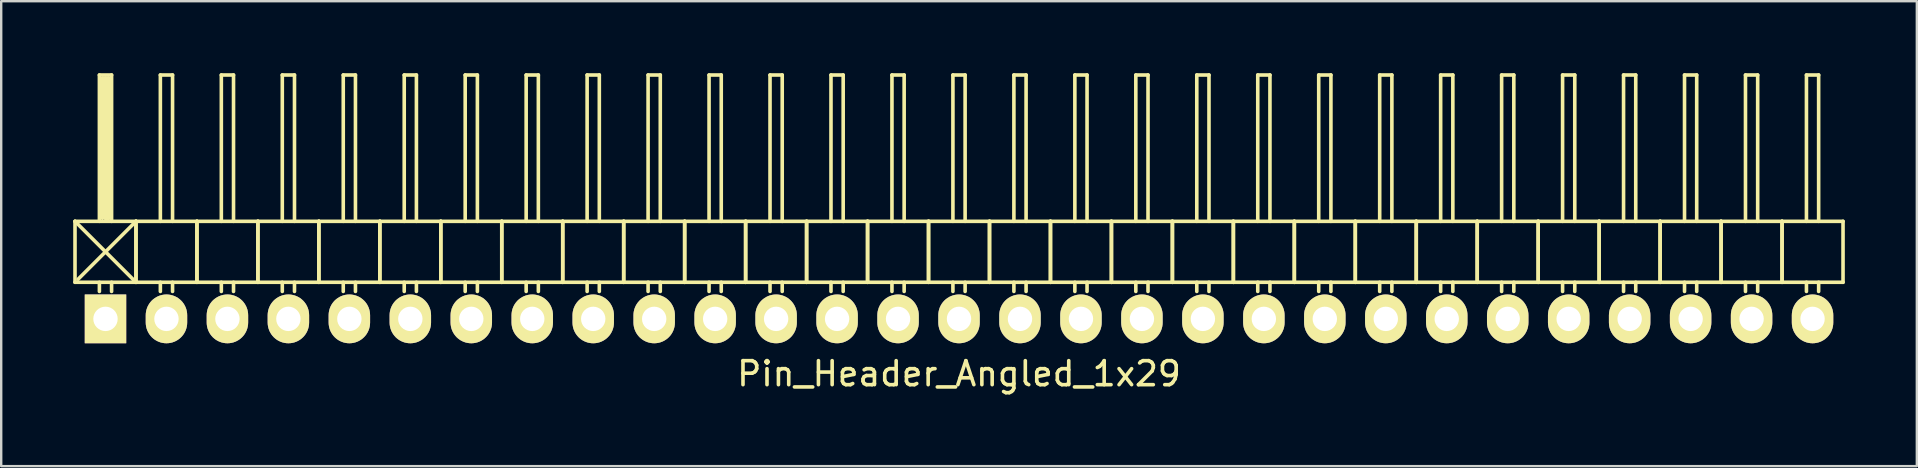
<source format=kicad_pcb>
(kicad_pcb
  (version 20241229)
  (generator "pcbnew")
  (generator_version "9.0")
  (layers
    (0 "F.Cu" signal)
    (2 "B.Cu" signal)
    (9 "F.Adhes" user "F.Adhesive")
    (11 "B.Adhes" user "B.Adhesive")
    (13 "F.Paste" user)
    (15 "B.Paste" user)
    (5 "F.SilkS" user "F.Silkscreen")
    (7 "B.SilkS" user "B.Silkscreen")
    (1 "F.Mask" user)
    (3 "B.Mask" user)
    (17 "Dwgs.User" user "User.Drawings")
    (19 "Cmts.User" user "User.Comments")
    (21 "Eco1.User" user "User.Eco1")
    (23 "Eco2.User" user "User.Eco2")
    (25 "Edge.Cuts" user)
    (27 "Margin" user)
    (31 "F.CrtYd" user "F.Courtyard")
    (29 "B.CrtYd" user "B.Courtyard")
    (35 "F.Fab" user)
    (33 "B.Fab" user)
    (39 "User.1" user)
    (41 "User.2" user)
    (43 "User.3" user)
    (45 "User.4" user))
  (footprint "Pin_Header_Angled_1x29"
    (layer "F.Cu")
    (at 36.905 10.235)
    (property "Reference" "Pin_Header_Angled_1x29" (at 0 2.286 0) (layer "F.SilkS") (effects (font (size 1 1) (thickness 0.15))))
    (attr through_hole)
    (fp_line (start -36.83 -4.064) (end -34.29 -1.524) (stroke (width 0.15) (type solid)) (layer "F.SilkS"))
    (fp_line (start -36.83 -1.524) (end -36.83 -4.064) (stroke (width 0.15) (type solid)) (layer "F.SilkS"))
    (fp_line (start -36.83 -1.524) (end -34.29 -1.524) (stroke (width 0.15) (type solid)) (layer "F.SilkS"))
    (fp_line (start -35.814 -10.16) (end -35.306 -10.16) (stroke (width 0.15) (type solid)) (layer "F.SilkS"))
    (fp_line (start -35.814 -4.064) (end -35.814 -10.16) (stroke (width 0.15) (type solid)) (layer "F.SilkS"))
    (fp_line (start -35.814 -1.524) (end -35.814 -1.143) (stroke (width 0.15) (type solid)) (layer "F.SilkS"))
    (fp_line (start -35.687 -10.033) (end -35.433 -10.033) (stroke (width 0.15) (type solid)) (layer "F.SilkS"))
    (fp_line (start -35.687 -4.191) (end -35.687 -10.033) (stroke (width 0.15) (type solid)) (layer "F.SilkS"))
    (fp_line (start -35.56 -4.191) (end -35.56 -10.033) (stroke (width 0.15) (type solid)) (layer "F.SilkS"))
    (fp_line (start -35.433 -10.033) (end -35.433 -4.191) (stroke (width 0.15) (type solid)) (layer "F.SilkS"))
    (fp_line (start -35.433 -4.191) (end -35.56 -4.191) (stroke (width 0.15) (type solid)) (layer "F.SilkS"))
    (fp_line (start -35.306 -10.16) (end -35.306 -4.064) (stroke (width 0.15) (type solid)) (layer "F.SilkS"))
    (fp_line (start -35.306 -1.524) (end -35.306 -1.143) (stroke (width 0.15) (type solid)) (layer "F.SilkS"))
    (fp_line (start -34.29 -4.064) (end -36.83 -4.064) (stroke (width 0.15) (type solid)) (layer "F.SilkS"))
    (fp_line (start -34.29 -4.064) (end -36.703 -1.651) (stroke (width 0.15) (type solid)) (layer "F.SilkS"))
    (fp_line (start -34.29 -1.524) (end -34.29 -4.064) (stroke (width 0.15) (type solid)) (layer "F.SilkS"))
    (fp_line (start -34.29 -1.524) (end -34.29 -4.064) (stroke (width 0.15) (type solid)) (layer "F.SilkS"))
    (fp_line (start -34.29 -1.524) (end -31.75 -1.524) (stroke (width 0.15) (type solid)) (layer "F.SilkS"))
    (fp_line (start -33.274 -10.16) (end -32.766 -10.16) (stroke (width 0.15) (type solid)) (layer "F.SilkS"))
    (fp_line (start -33.274 -4.064) (end -33.274 -10.16) (stroke (width 0.15) (type solid)) (layer "F.SilkS"))
    (fp_line (start -33.274 -1.524) (end -33.274 -1.143) (stroke (width 0.15) (type solid)) (layer "F.SilkS"))
    (fp_line (start -32.766 -10.16) (end -32.766 -4.064) (stroke (width 0.15) (type solid)) (layer "F.SilkS"))
    (fp_line (start -32.766 -1.524) (end -32.766 -1.143) (stroke (width 0.15) (type solid)) (layer "F.SilkS"))
    (fp_line (start -31.75 -4.064) (end -34.29 -4.064) (stroke (width 0.15) (type solid)) (layer "F.SilkS"))
    (fp_line (start -31.75 -1.524) (end -31.75 -4.064) (stroke (width 0.15) (type solid)) (layer "F.SilkS"))
    (fp_line (start -31.75 -1.524) (end -31.75 -4.064) (stroke (width 0.15) (type solid)) (layer "F.SilkS"))
    (fp_line (start -31.75 -1.524) (end -29.21 -1.524) (stroke (width 0.15) (type solid)) (layer "F.SilkS"))
    (fp_line (start -30.734 -10.16) (end -30.226 -10.16) (stroke (width 0.15) (type solid)) (layer "F.SilkS"))
    (fp_line (start -30.734 -4.064) (end -30.734 -10.16) (stroke (width 0.15) (type solid)) (layer "F.SilkS"))
    (fp_line (start -30.734 -1.524) (end -30.734 -1.143) (stroke (width 0.15) (type solid)) (layer "F.SilkS"))
    (fp_line (start -30.226 -10.16) (end -30.226 -4.064) (stroke (width 0.15) (type solid)) (layer "F.SilkS"))
    (fp_line (start -30.226 -1.524) (end -30.226 -1.143) (stroke (width 0.15) (type solid)) (layer "F.SilkS"))
    (fp_line (start -29.21 -4.064) (end -31.75 -4.064) (stroke (width 0.15) (type solid)) (layer "F.SilkS"))
    (fp_line (start -29.21 -1.524) (end -29.21 -4.064) (stroke (width 0.15) (type solid)) (layer "F.SilkS"))
    (fp_line (start -29.21 -1.524) (end -29.21 -4.064) (stroke (width 0.15) (type solid)) (layer "F.SilkS"))
    (fp_line (start -29.21 -1.524) (end -26.67 -1.524) (stroke (width 0.15) (type solid)) (layer "F.SilkS"))
    (fp_line (start -28.194 -10.16) (end -27.686 -10.16) (stroke (width 0.15) (type solid)) (layer "F.SilkS"))
    (fp_line (start -28.194 -4.064) (end -28.194 -10.16) (stroke (width 0.15) (type solid)) (layer "F.SilkS"))
    (fp_line (start -28.194 -1.524) (end -28.194 -1.143) (stroke (width 0.15) (type solid)) (layer "F.SilkS"))
    (fp_line (start -27.686 -10.16) (end -27.686 -4.064) (stroke (width 0.15) (type solid)) (layer "F.SilkS"))
    (fp_line (start -27.686 -1.524) (end -27.686 -1.143) (stroke (width 0.15) (type solid)) (layer "F.SilkS"))
    (fp_line (start -26.67 -4.064) (end -29.21 -4.064) (stroke (width 0.15) (type solid)) (layer "F.SilkS"))
    (fp_line (start -26.67 -1.524) (end -26.67 -4.064) (stroke (width 0.15) (type solid)) (layer "F.SilkS"))
    (fp_line (start -26.67 -1.524) (end -26.67 -4.064) (stroke (width 0.15) (type solid)) (layer "F.SilkS"))
    (fp_line (start -26.67 -1.524) (end -24.13 -1.524) (stroke (width 0.15) (type solid)) (layer "F.SilkS"))
    (fp_line (start -25.654 -10.16) (end -25.146 -10.16) (stroke (width 0.15) (type solid)) (layer "F.SilkS"))
    (fp_line (start -25.654 -4.064) (end -25.654 -10.16) (stroke (width 0.15) (type solid)) (layer "F.SilkS"))
    (fp_line (start -25.654 -1.524) (end -25.654 -1.143) (stroke (width 0.15) (type solid)) (layer "F.SilkS"))
    (fp_line (start -25.146 -10.16) (end -25.146 -4.064) (stroke (width 0.15) (type solid)) (layer "F.SilkS"))
    (fp_line (start -25.146 -1.524) (end -25.146 -1.143) (stroke (width 0.15) (type solid)) (layer "F.SilkS"))
    (fp_line (start -24.13 -4.064) (end -26.67 -4.064) (stroke (width 0.15) (type solid)) (layer "F.SilkS"))
    (fp_line (start -24.13 -1.524) (end -24.13 -4.064) (stroke (width 0.15) (type solid)) (layer "F.SilkS"))
    (fp_line (start -24.13 -1.524) (end -24.13 -4.064) (stroke (width 0.15) (type solid)) (layer "F.SilkS"))
    (fp_line (start -24.13 -1.524) (end -21.59 -1.524) (stroke (width 0.15) (type solid)) (layer "F.SilkS"))
    (fp_line (start -23.114 -10.16) (end -22.606 -10.16) (stroke (width 0.15) (type solid)) (layer "F.SilkS"))
    (fp_line (start -23.114 -4.064) (end -23.114 -10.16) (stroke (width 0.15) (type solid)) (layer "F.SilkS"))
    (fp_line (start -23.114 -1.524) (end -23.114 -1.143) (stroke (width 0.15) (type solid)) (layer "F.SilkS"))
    (fp_line (start -22.606 -10.16) (end -22.606 -4.064) (stroke (width 0.15) (type solid)) (layer "F.SilkS"))
    (fp_line (start -22.606 -1.524) (end -22.606 -1.143) (stroke (width 0.15) (type solid)) (layer "F.SilkS"))
    (fp_line (start -21.59 -4.064) (end -24.13 -4.064) (stroke (width 0.15) (type solid)) (layer "F.SilkS"))
    (fp_line (start -21.59 -1.524) (end -21.59 -4.064) (stroke (width 0.15) (type solid)) (layer "F.SilkS"))
    (fp_line (start -21.59 -1.524) (end -21.59 -4.064) (stroke (width 0.15) (type solid)) (layer "F.SilkS"))
    (fp_line (start -21.59 -1.524) (end -19.05 -1.524) (stroke (width 0.15) (type solid)) (layer "F.SilkS"))
    (fp_line (start -20.574 -10.16) (end -20.066 -10.16) (stroke (width 0.15) (type solid)) (layer "F.SilkS"))
    (fp_line (start -20.574 -4.064) (end -20.574 -10.16) (stroke (width 0.15) (type solid)) (layer "F.SilkS"))
    (fp_line (start -20.574 -1.524) (end -20.574 -1.143) (stroke (width 0.15) (type solid)) (layer "F.SilkS"))
    (fp_line (start -20.066 -10.16) (end -20.066 -4.064) (stroke (width 0.15) (type solid)) (layer "F.SilkS"))
    (fp_line (start -20.066 -1.524) (end -20.066 -1.143) (stroke (width 0.15) (type solid)) (layer "F.SilkS"))
    (fp_line (start -19.05 -4.064) (end -21.59 -4.064) (stroke (width 0.15) (type solid)) (layer "F.SilkS"))
    (fp_line (start -19.05 -1.524) (end -19.05 -4.064) (stroke (width 0.15) (type solid)) (layer "F.SilkS"))
    (fp_line (start -19.05 -1.524) (end -19.05 -4.064) (stroke (width 0.15) (type solid)) (layer "F.SilkS"))
    (fp_line (start -19.05 -1.524) (end -16.51 -1.524) (stroke (width 0.15) (type solid)) (layer "F.SilkS"))
    (fp_line (start -18.034 -10.16) (end -17.526 -10.16) (stroke (width 0.15) (type solid)) (layer "F.SilkS"))
    (fp_line (start -18.034 -4.064) (end -18.034 -10.16) (stroke (width 0.15) (type solid)) (layer "F.SilkS"))
    (fp_line (start -18.034 -1.524) (end -18.034 -1.143) (stroke (width 0.15) (type solid)) (layer "F.SilkS"))
    (fp_line (start -17.526 -10.16) (end -17.526 -4.064) (stroke (width 0.15) (type solid)) (layer "F.SilkS"))
    (fp_line (start -17.526 -1.524) (end -17.526 -1.143) (stroke (width 0.15) (type solid)) (layer "F.SilkS"))
    (fp_line (start -16.51 -4.064) (end -19.05 -4.064) (stroke (width 0.15) (type solid)) (layer "F.SilkS"))
    (fp_line (start -16.51 -1.524) (end -16.51 -4.064) (stroke (width 0.15) (type solid)) (layer "F.SilkS"))
    (fp_line (start -16.51 -1.524) (end -16.51 -4.064) (stroke (width 0.15) (type solid)) (layer "F.SilkS"))
    (fp_line (start -16.51 -1.524) (end -13.97 -1.524) (stroke (width 0.15) (type solid)) (layer "F.SilkS"))
    (fp_line (start -15.494 -10.16) (end -14.986 -10.16) (stroke (width 0.15) (type solid)) (layer "F.SilkS"))
    (fp_line (start -15.494 -4.064) (end -15.494 -10.16) (stroke (width 0.15) (type solid)) (layer "F.SilkS"))
    (fp_line (start -15.494 -1.524) (end -15.494 -1.143) (stroke (width 0.15) (type solid)) (layer "F.SilkS"))
    (fp_line (start -14.986 -10.16) (end -14.986 -4.064) (stroke (width 0.15) (type solid)) (layer "F.SilkS"))
    (fp_line (start -14.986 -1.524) (end -14.986 -1.143) (stroke (width 0.15) (type solid)) (layer "F.SilkS"))
    (fp_line (start -13.97 -4.064) (end -16.51 -4.064) (stroke (width 0.15) (type solid)) (layer "F.SilkS"))
    (fp_line (start -13.97 -1.524) (end -13.97 -4.064) (stroke (width 0.15) (type solid)) (layer "F.SilkS"))
    (fp_line (start -13.97 -1.524) (end -13.97 -4.064) (stroke (width 0.15) (type solid)) (layer "F.SilkS"))
    (fp_line (start -13.97 -1.524) (end -11.43 -1.524) (stroke (width 0.15) (type solid)) (layer "F.SilkS"))
    (fp_line (start -12.954 -10.16) (end -12.446 -10.16) (stroke (width 0.15) (type solid)) (layer "F.SilkS"))
    (fp_line (start -12.954 -4.064) (end -12.954 -10.16) (stroke (width 0.15) (type solid)) (layer "F.SilkS"))
    (fp_line (start -12.954 -1.524) (end -12.954 -1.143) (stroke (width 0.15) (type solid)) (layer "F.SilkS"))
    (fp_line (start -12.446 -10.16) (end -12.446 -4.064) (stroke (width 0.15) (type solid)) (layer "F.SilkS"))
    (fp_line (start -12.446 -1.524) (end -12.446 -1.143) (stroke (width 0.15) (type solid)) (layer "F.SilkS"))
    (fp_line (start -11.43 -4.064) (end -13.97 -4.064) (stroke (width 0.15) (type solid)) (layer "F.SilkS"))
    (fp_line (start -11.43 -1.524) (end -11.43 -4.064) (stroke (width 0.15) (type solid)) (layer "F.SilkS"))
    (fp_line (start -11.43 -1.524) (end -11.43 -4.064) (stroke (width 0.15) (type solid)) (layer "F.SilkS"))
    (fp_line (start -11.43 -1.524) (end -8.89 -1.524) (stroke (width 0.15) (type solid)) (layer "F.SilkS"))
    (fp_line (start -10.414 -10.16) (end -9.906 -10.16) (stroke (width 0.15) (type solid)) (layer "F.SilkS"))
    (fp_line (start -10.414 -4.064) (end -10.414 -10.16) (stroke (width 0.15) (type solid)) (layer "F.SilkS"))
    (fp_line (start -10.414 -1.524) (end -10.414 -1.143) (stroke (width 0.15) (type solid)) (layer "F.SilkS"))
    (fp_line (start -9.906 -10.16) (end -9.906 -4.064) (stroke (width 0.15) (type solid)) (layer "F.SilkS"))
    (fp_line (start -9.906 -1.524) (end -9.906 -1.143) (stroke (width 0.15) (type solid)) (layer "F.SilkS"))
    (fp_line (start -8.89 -4.064) (end -11.43 -4.064) (stroke (width 0.15) (type solid)) (layer "F.SilkS"))
    (fp_line (start -8.89 -1.524) (end -8.89 -4.064) (stroke (width 0.15) (type solid)) (layer "F.SilkS"))
    (fp_line (start -8.89 -1.524) (end -8.89 -4.064) (stroke (width 0.15) (type solid)) (layer "F.SilkS"))
    (fp_line (start -8.89 -1.524) (end -6.35 -1.524) (stroke (width 0.15) (type solid)) (layer "F.SilkS"))
    (fp_line (start -7.874 -10.16) (end -7.366 -10.16) (stroke (width 0.15) (type solid)) (layer "F.SilkS"))
    (fp_line (start -7.874 -4.064) (end -7.874 -10.16) (stroke (width 0.15) (type solid)) (layer "F.SilkS"))
    (fp_line (start -7.874 -1.524) (end -7.874 -1.143) (stroke (width 0.15) (type solid)) (layer "F.SilkS"))
    (fp_line (start -7.366 -10.16) (end -7.366 -4.064) (stroke (width 0.15) (type solid)) (layer "F.SilkS"))
    (fp_line (start -7.366 -1.524) (end -7.366 -1.143) (stroke (width 0.15) (type solid)) (layer "F.SilkS"))
    (fp_line (start -6.35 -4.064) (end -8.89 -4.064) (stroke (width 0.15) (type solid)) (layer "F.SilkS"))
    (fp_line (start -6.35 -1.524) (end -6.35 -4.064) (stroke (width 0.15) (type solid)) (layer "F.SilkS"))
    (fp_line (start -6.35 -1.524) (end -6.35 -4.064) (stroke (width 0.15) (type solid)) (layer "F.SilkS"))
    (fp_line (start -6.35 -1.524) (end -3.81 -1.524) (stroke (width 0.15) (type solid)) (layer "F.SilkS"))
    (fp_line (start -5.334 -10.16) (end -4.826 -10.16) (stroke (width 0.15) (type solid)) (layer "F.SilkS"))
    (fp_line (start -5.334 -4.064) (end -5.334 -10.16) (stroke (width 0.15) (type solid)) (layer "F.SilkS"))
    (fp_line (start -5.334 -1.524) (end -5.334 -1.143) (stroke (width 0.15) (type solid)) (layer "F.SilkS"))
    (fp_line (start -4.826 -10.16) (end -4.826 -4.064) (stroke (width 0.15) (type solid)) (layer "F.SilkS"))
    (fp_line (start -4.826 -1.524) (end -4.826 -1.143) (stroke (width 0.15) (type solid)) (layer "F.SilkS"))
    (fp_line (start -3.81 -4.064) (end -6.35 -4.064) (stroke (width 0.15) (type solid)) (layer "F.SilkS"))
    (fp_line (start -3.81 -1.524) (end -3.81 -4.064) (stroke (width 0.15) (type solid)) (layer "F.SilkS"))
    (fp_line (start -3.81 -1.524) (end -3.81 -4.064) (stroke (width 0.15) (type solid)) (layer "F.SilkS"))
    (fp_line (start -3.81 -1.524) (end -1.27 -1.524) (stroke (width 0.15) (type solid)) (layer "F.SilkS"))
    (fp_line (start -2.794 -10.16) (end -2.286 -10.16) (stroke (width 0.15) (type solid)) (layer "F.SilkS"))
    (fp_line (start -2.794 -4.064) (end -2.794 -10.16) (stroke (width 0.15) (type solid)) (layer "F.SilkS"))
    (fp_line (start -2.794 -1.524) (end -2.794 -1.143) (stroke (width 0.15) (type solid)) (layer "F.SilkS"))
    (fp_line (start -2.286 -10.16) (end -2.286 -4.064) (stroke (width 0.15) (type solid)) (layer "F.SilkS"))
    (fp_line (start -2.286 -1.524) (end -2.286 -1.143) (stroke (width 0.15) (type solid)) (layer "F.SilkS"))
    (fp_line (start -1.27 -4.064) (end -3.81 -4.064) (stroke (width 0.15) (type solid)) (layer "F.SilkS"))
    (fp_line (start -1.27 -1.524) (end -1.27 -4.064) (stroke (width 0.15) (type solid)) (layer "F.SilkS"))
    (fp_line (start -1.27 -1.524) (end -1.27 -4.064) (stroke (width 0.15) (type solid)) (layer "F.SilkS"))
    (fp_line (start -1.27 -1.524) (end 1.27 -1.524) (stroke (width 0.15) (type solid)) (layer "F.SilkS"))
    (fp_line (start -0.254 -10.16) (end 0.254 -10.16) (stroke (width 0.15) (type solid)) (layer "F.SilkS"))
    (fp_line (start -0.254 -4.064) (end -0.254 -10.16) (stroke (width 0.15) (type solid)) (layer "F.SilkS"))
    (fp_line (start -0.254 -1.524) (end -0.254 -1.143) (stroke (width 0.15) (type solid)) (layer "F.SilkS"))
    (fp_line (start 0.254 -10.16) (end 0.254 -4.064) (stroke (width 0.15) (type solid)) (layer "F.SilkS"))
    (fp_line (start 0.254 -1.524) (end 0.254 -1.143) (stroke (width 0.15) (type solid)) (layer "F.SilkS"))
    (fp_line (start 1.27 -4.064) (end -1.27 -4.064) (stroke (width 0.15) (type solid)) (layer "F.SilkS"))
    (fp_line (start 1.27 -1.524) (end 1.27 -4.064) (stroke (width 0.15) (type solid)) (layer "F.SilkS"))
    (fp_line (start 1.27 -1.524) (end 1.27 -4.064) (stroke (width 0.15) (type solid)) (layer "F.SilkS"))
    (fp_line (start 1.27 -1.524) (end 3.81 -1.524) (stroke (width 0.15) (type solid)) (layer "F.SilkS"))
    (fp_line (start 2.286 -10.16) (end 2.794 -10.16) (stroke (width 0.15) (type solid)) (layer "F.SilkS"))
    (fp_line (start 2.286 -4.064) (end 2.286 -10.16) (stroke (width 0.15) (type solid)) (layer "F.SilkS"))
    (fp_line (start 2.286 -1.524) (end 2.286 -1.143) (stroke (width 0.15) (type solid)) (layer "F.SilkS"))
    (fp_line (start 2.794 -10.16) (end 2.794 -4.064) (stroke (width 0.15) (type solid)) (layer "F.SilkS"))
    (fp_line (start 2.794 -1.524) (end 2.794 -1.143) (stroke (width 0.15) (type solid)) (layer "F.SilkS"))
    (fp_line (start 3.81 -4.064) (end 1.27 -4.064) (stroke (width 0.15) (type solid)) (layer "F.SilkS"))
    (fp_line (start 3.81 -1.524) (end 3.81 -4.064) (stroke (width 0.15) (type solid)) (layer "F.SilkS"))
    (fp_line (start 3.81 -1.524) (end 3.81 -4.064) (stroke (width 0.15) (type solid)) (layer "F.SilkS"))
    (fp_line (start 3.81 -1.524) (end 6.35 -1.524) (stroke (width 0.15) (type solid)) (layer "F.SilkS"))
    (fp_line (start 4.826 -10.16) (end 5.334 -10.16) (stroke (width 0.15) (type solid)) (layer "F.SilkS"))
    (fp_line (start 4.826 -4.064) (end 4.826 -10.16) (stroke (width 0.15) (type solid)) (layer "F.SilkS"))
    (fp_line (start 4.826 -1.524) (end 4.826 -1.143) (stroke (width 0.15) (type solid)) (layer "F.SilkS"))
    (fp_line (start 5.334 -10.16) (end 5.334 -4.064) (stroke (width 0.15) (type solid)) (layer "F.SilkS"))
    (fp_line (start 5.334 -1.524) (end 5.334 -1.143) (stroke (width 0.15) (type solid)) (layer "F.SilkS"))
    (fp_line (start 6.35 -4.064) (end 3.81 -4.064) (stroke (width 0.15) (type solid)) (layer "F.SilkS"))
    (fp_line (start 6.35 -1.524) (end 6.35 -4.064) (stroke (width 0.15) (type solid)) (layer "F.SilkS"))
    (fp_line (start 6.35 -1.524) (end 6.35 -4.064) (stroke (width 0.15) (type solid)) (layer "F.SilkS"))
    (fp_line (start 6.35 -1.524) (end 8.89 -1.524) (stroke (width 0.15) (type solid)) (layer "F.SilkS"))
    (fp_line (start 7.366 -10.16) (end 7.874 -10.16) (stroke (width 0.15) (type solid)) (layer "F.SilkS"))
    (fp_line (start 7.366 -4.064) (end 7.366 -10.16) (stroke (width 0.15) (type solid)) (layer "F.SilkS"))
    (fp_line (start 7.366 -1.524) (end 7.366 -1.143) (stroke (width 0.15) (type solid)) (layer "F.SilkS"))
    (fp_line (start 7.874 -10.16) (end 7.874 -4.064) (stroke (width 0.15) (type solid)) (layer "F.SilkS"))
    (fp_line (start 7.874 -1.524) (end 7.874 -1.143) (stroke (width 0.15) (type solid)) (layer "F.SilkS"))
    (fp_line (start 8.89 -4.064) (end 6.35 -4.064) (stroke (width 0.15) (type solid)) (layer "F.SilkS"))
    (fp_line (start 8.89 -1.524) (end 8.89 -4.064) (stroke (width 0.15) (type solid)) (layer "F.SilkS"))
    (fp_line (start 8.89 -1.524) (end 8.89 -4.064) (stroke (width 0.15) (type solid)) (layer "F.SilkS"))
    (fp_line (start 8.89 -1.524) (end 11.43 -1.524) (stroke (width 0.15) (type solid)) (layer "F.SilkS"))
    (fp_line (start 9.906 -10.16) (end 10.414 -10.16) (stroke (width 0.15) (type solid)) (layer "F.SilkS"))
    (fp_line (start 9.906 -4.064) (end 9.906 -10.16) (stroke (width 0.15) (type solid)) (layer "F.SilkS"))
    (fp_line (start 9.906 -1.524) (end 9.906 -1.143) (stroke (width 0.15) (type solid)) (layer "F.SilkS"))
    (fp_line (start 10.414 -10.16) (end 10.414 -4.064) (stroke (width 0.15) (type solid)) (layer "F.SilkS"))
    (fp_line (start 10.414 -1.524) (end 10.414 -1.143) (stroke (width 0.15) (type solid)) (layer "F.SilkS"))
    (fp_line (start 11.43 -4.064) (end 8.89 -4.064) (stroke (width 0.15) (type solid)) (layer "F.SilkS"))
    (fp_line (start 11.43 -1.524) (end 11.43 -4.064) (stroke (width 0.15) (type solid)) (layer "F.SilkS"))
    (fp_line (start 11.43 -1.524) (end 11.43 -4.064) (stroke (width 0.15) (type solid)) (layer "F.SilkS"))
    (fp_line (start 11.43 -1.524) (end 13.97 -1.524) (stroke (width 0.15) (type solid)) (layer "F.SilkS"))
    (fp_line (start 12.446 -10.16) (end 12.954 -10.16) (stroke (width 0.15) (type solid)) (layer "F.SilkS"))
    (fp_line (start 12.446 -4.064) (end 12.446 -10.16) (stroke (width 0.15) (type solid)) (layer "F.SilkS"))
    (fp_line (start 12.446 -1.524) (end 12.446 -1.143) (stroke (width 0.15) (type solid)) (layer "F.SilkS"))
    (fp_line (start 12.954 -10.16) (end 12.954 -4.064) (stroke (width 0.15) (type solid)) (layer "F.SilkS"))
    (fp_line (start 12.954 -1.524) (end 12.954 -1.143) (stroke (width 0.15) (type solid)) (layer "F.SilkS"))
    (fp_line (start 13.97 -4.064) (end 11.43 -4.064) (stroke (width 0.15) (type solid)) (layer "F.SilkS"))
    (fp_line (start 13.97 -1.524) (end 13.97 -4.064) (stroke (width 0.15) (type solid)) (layer "F.SilkS"))
    (fp_line (start 13.97 -1.524) (end 13.97 -4.064) (stroke (width 0.15) (type solid)) (layer "F.SilkS"))
    (fp_line (start 13.97 -1.524) (end 16.51 -1.524) (stroke (width 0.15) (type solid)) (layer "F.SilkS"))
    (fp_line (start 14.986 -10.16) (end 15.494 -10.16) (stroke (width 0.15) (type solid)) (layer "F.SilkS"))
    (fp_line (start 14.986 -4.064) (end 14.986 -10.16) (stroke (width 0.15) (type solid)) (layer "F.SilkS"))
    (fp_line (start 14.986 -1.524) (end 14.986 -1.143) (stroke (width 0.15) (type solid)) (layer "F.SilkS"))
    (fp_line (start 15.494 -10.16) (end 15.494 -4.064) (stroke (width 0.15) (type solid)) (layer "F.SilkS"))
    (fp_line (start 15.494 -1.524) (end 15.494 -1.143) (stroke (width 0.15) (type solid)) (layer "F.SilkS"))
    (fp_line (start 16.51 -4.064) (end 13.97 -4.064) (stroke (width 0.15) (type solid)) (layer "F.SilkS"))
    (fp_line (start 16.51 -1.524) (end 16.51 -4.064) (stroke (width 0.15) (type solid)) (layer "F.SilkS"))
    (fp_line (start 16.51 -1.524) (end 16.51 -4.064) (stroke (width 0.15) (type solid)) (layer "F.SilkS"))
    (fp_line (start 16.51 -1.524) (end 19.05 -1.524) (stroke (width 0.15) (type solid)) (layer "F.SilkS"))
    (fp_line (start 17.526 -10.16) (end 18.034 -10.16) (stroke (width 0.15) (type solid)) (layer "F.SilkS"))
    (fp_line (start 17.526 -4.064) (end 17.526 -10.16) (stroke (width 0.15) (type solid)) (layer "F.SilkS"))
    (fp_line (start 17.526 -1.524) (end 17.526 -1.143) (stroke (width 0.15) (type solid)) (layer "F.SilkS"))
    (fp_line (start 18.034 -10.16) (end 18.034 -4.064) (stroke (width 0.15) (type solid)) (layer "F.SilkS"))
    (fp_line (start 18.034 -1.524) (end 18.034 -1.143) (stroke (width 0.15) (type solid)) (layer "F.SilkS"))
    (fp_line (start 19.05 -4.064) (end 16.51 -4.064) (stroke (width 0.15) (type solid)) (layer "F.SilkS"))
    (fp_line (start 19.05 -1.524) (end 19.05 -4.064) (stroke (width 0.15) (type solid)) (layer "F.SilkS"))
    (fp_line (start 19.05 -1.524) (end 19.05 -4.064) (stroke (width 0.15) (type solid)) (layer "F.SilkS"))
    (fp_line (start 19.05 -1.524) (end 21.59 -1.524) (stroke (width 0.15) (type solid)) (layer "F.SilkS"))
    (fp_line (start 20.066 -10.16) (end 20.574 -10.16) (stroke (width 0.15) (type solid)) (layer "F.SilkS"))
    (fp_line (start 20.066 -4.064) (end 20.066 -10.16) (stroke (width 0.15) (type solid)) (layer "F.SilkS"))
    (fp_line (start 20.066 -1.524) (end 20.066 -1.143) (stroke (width 0.15) (type solid)) (layer "F.SilkS"))
    (fp_line (start 20.574 -10.16) (end 20.574 -4.064) (stroke (width 0.15) (type solid)) (layer "F.SilkS"))
    (fp_line (start 20.574 -1.524) (end 20.574 -1.143) (stroke (width 0.15) (type solid)) (layer "F.SilkS"))
    (fp_line (start 21.59 -4.064) (end 19.05 -4.064) (stroke (width 0.15) (type solid)) (layer "F.SilkS"))
    (fp_line (start 21.59 -1.524) (end 21.59 -4.064) (stroke (width 0.15) (type solid)) (layer "F.SilkS"))
    (fp_line (start 21.59 -1.524) (end 21.59 -4.064) (stroke (width 0.15) (type solid)) (layer "F.SilkS"))
    (fp_line (start 21.59 -1.524) (end 24.13 -1.524) (stroke (width 0.15) (type solid)) (layer "F.SilkS"))
    (fp_line (start 22.606 -10.16) (end 23.114 -10.16) (stroke (width 0.15) (type solid)) (layer "F.SilkS"))
    (fp_line (start 22.606 -4.064) (end 22.606 -10.16) (stroke (width 0.15) (type solid)) (layer "F.SilkS"))
    (fp_line (start 22.606 -1.524) (end 22.606 -1.143) (stroke (width 0.15) (type solid)) (layer "F.SilkS"))
    (fp_line (start 23.114 -10.16) (end 23.114 -4.064) (stroke (width 0.15) (type solid)) (layer "F.SilkS"))
    (fp_line (start 23.114 -1.524) (end 23.114 -1.143) (stroke (width 0.15) (type solid)) (layer "F.SilkS"))
    (fp_line (start 24.13 -4.064) (end 21.59 -4.064) (stroke (width 0.15) (type solid)) (layer "F.SilkS"))
    (fp_line (start 24.13 -1.524) (end 24.13 -4.064) (stroke (width 0.15) (type solid)) (layer "F.SilkS"))
    (fp_line (start 24.13 -1.524) (end 24.13 -4.064) (stroke (width 0.15) (type solid)) (layer "F.SilkS"))
    (fp_line (start 24.13 -1.524) (end 26.67 -1.524) (stroke (width 0.15) (type solid)) (layer "F.SilkS"))
    (fp_line (start 25.146 -10.16) (end 25.654 -10.16) (stroke (width 0.15) (type solid)) (layer "F.SilkS"))
    (fp_line (start 25.146 -4.064) (end 25.146 -10.16) (stroke (width 0.15) (type solid)) (layer "F.SilkS"))
    (fp_line (start 25.146 -1.524) (end 25.146 -1.143) (stroke (width 0.15) (type solid)) (layer "F.SilkS"))
    (fp_line (start 25.654 -10.16) (end 25.654 -4.064) (stroke (width 0.15) (type solid)) (layer "F.SilkS"))
    (fp_line (start 25.654 -1.524) (end 25.654 -1.143) (stroke (width 0.15) (type solid)) (layer "F.SilkS"))
    (fp_line (start 26.67 -4.064) (end 24.13 -4.064) (stroke (width 0.15) (type solid)) (layer "F.SilkS"))
    (fp_line (start 26.67 -1.524) (end 26.67 -4.064) (stroke (width 0.15) (type solid)) (layer "F.SilkS"))
    (fp_line (start 26.67 -1.524) (end 26.67 -4.064) (stroke (width 0.15) (type solid)) (layer "F.SilkS"))
    (fp_line (start 26.67 -1.524) (end 29.21 -1.524) (stroke (width 0.15) (type solid)) (layer "F.SilkS"))
    (fp_line (start 27.686 -10.16) (end 28.194 -10.16) (stroke (width 0.15) (type solid)) (layer "F.SilkS"))
    (fp_line (start 27.686 -4.064) (end 27.686 -10.16) (stroke (width 0.15) (type solid)) (layer "F.SilkS"))
    (fp_line (start 27.686 -1.524) (end 27.686 -1.143) (stroke (width 0.15) (type solid)) (layer "F.SilkS"))
    (fp_line (start 28.194 -10.16) (end 28.194 -4.064) (stroke (width 0.15) (type solid)) (layer "F.SilkS"))
    (fp_line (start 28.194 -1.524) (end 28.194 -1.143) (stroke (width 0.15) (type solid)) (layer "F.SilkS"))
    (fp_line (start 29.21 -4.064) (end 26.67 -4.064) (stroke (width 0.15) (type solid)) (layer "F.SilkS"))
    (fp_line (start 29.21 -1.524) (end 29.21 -4.064) (stroke (width 0.15) (type solid)) (layer "F.SilkS"))
    (fp_line (start 29.21 -1.524) (end 29.21 -4.064) (stroke (width 0.15) (type solid)) (layer "F.SilkS"))
    (fp_line (start 29.21 -1.524) (end 31.75 -1.524) (stroke (width 0.15) (type solid)) (layer "F.SilkS"))
    (fp_line (start 30.226 -10.16) (end 30.734 -10.16) (stroke (width 0.15) (type solid)) (layer "F.SilkS"))
    (fp_line (start 30.226 -4.064) (end 30.226 -10.16) (stroke (width 0.15) (type solid)) (layer "F.SilkS"))
    (fp_line (start 30.226 -1.524) (end 30.226 -1.143) (stroke (width 0.15) (type solid)) (layer "F.SilkS"))
    (fp_line (start 30.734 -10.16) (end 30.734 -4.064) (stroke (width 0.15) (type solid)) (layer "F.SilkS"))
    (fp_line (start 30.734 -1.524) (end 30.734 -1.143) (stroke (width 0.15) (type solid)) (layer "F.SilkS"))
    (fp_line (start 31.75 -4.064) (end 29.21 -4.064) (stroke (width 0.15) (type solid)) (layer "F.SilkS"))
    (fp_line (start 31.75 -1.524) (end 31.75 -4.064) (stroke (width 0.15) (type solid)) (layer "F.SilkS"))
    (fp_line (start 31.75 -1.524) (end 31.75 -4.064) (stroke (width 0.15) (type solid)) (layer "F.SilkS"))
    (fp_line (start 31.75 -1.524) (end 34.29 -1.524) (stroke (width 0.15) (type solid)) (layer "F.SilkS"))
    (fp_line (start 32.766 -10.16) (end 33.274 -10.16) (stroke (width 0.15) (type solid)) (layer "F.SilkS"))
    (fp_line (start 32.766 -4.064) (end 32.766 -10.16) (stroke (width 0.15) (type solid)) (layer "F.SilkS"))
    (fp_line (start 32.766 -1.524) (end 32.766 -1.143) (stroke (width 0.15) (type solid)) (layer "F.SilkS"))
    (fp_line (start 33.274 -10.16) (end 33.274 -4.064) (stroke (width 0.15) (type solid)) (layer "F.SilkS"))
    (fp_line (start 33.274 -1.524) (end 33.274 -1.143) (stroke (width 0.15) (type solid)) (layer "F.SilkS"))
    (fp_line (start 34.29 -4.064) (end 31.75 -4.064) (stroke (width 0.15) (type solid)) (layer "F.SilkS"))
    (fp_line (start 34.29 -1.524) (end 34.29 -4.064) (stroke (width 0.15) (type solid)) (layer "F.SilkS"))
    (fp_line (start 34.29 -1.524) (end 34.29 -4.064) (stroke (width 0.15) (type solid)) (layer "F.SilkS"))
    (fp_line (start 34.29 -1.524) (end 36.83 -1.524) (stroke (width 0.15) (type solid)) (layer "F.SilkS"))
    (fp_line (start 35.306 -10.16) (end 35.814 -10.16) (stroke (width 0.15) (type solid)) (layer "F.SilkS"))
    (fp_line (start 35.306 -4.064) (end 35.306 -10.16) (stroke (width 0.15) (type solid)) (layer "F.SilkS"))
    (fp_line (start 35.306 -1.524) (end 35.306 -1.143) (stroke (width 0.15) (type solid)) (layer "F.SilkS"))
    (fp_line (start 35.814 -10.16) (end 35.814 -4.064) (stroke (width 0.15) (type solid)) (layer "F.SilkS"))
    (fp_line (start 35.814 -1.524) (end 35.814 -1.143) (stroke (width 0.15) (type solid)) (layer "F.SilkS"))
    (fp_line (start 36.83 -4.064) (end 34.29 -4.064) (stroke (width 0.15) (type solid)) (layer "F.SilkS"))
    (fp_line (start 36.83 -1.524) (end 36.83 -4.064) (stroke (width 0.15) (type solid)) (layer "F.SilkS"))
    (pad "1" thru_hole rect (at -35.56 0) (size 1.727 2.032) (drill 1.016) (layers "*.Cu" "*.Mask" "F.SilkS"))
    (pad "2" thru_hole oval (at -33.02 0) (size 1.727 2.032) (drill 1.016) (layers "*.Cu" "*.Mask" "F.SilkS"))
    (pad "3" thru_hole oval (at -30.48 0) (size 1.727 2.032) (drill 1.016) (layers "*.Cu" "*.Mask" "F.SilkS"))
    (pad "4" thru_hole oval (at -27.94 0) (size 1.727 2.032) (drill 1.016) (layers "*.Cu" "*.Mask" "F.SilkS"))
    (pad "5" thru_hole oval (at -25.4 0) (size 1.727 2.032) (drill 1.016) (layers "*.Cu" "*.Mask" "F.SilkS"))
    (pad "6" thru_hole oval (at -22.86 0) (size 1.727 2.032) (drill 1.016) (layers "*.Cu" "*.Mask" "F.SilkS"))
    (pad "7" thru_hole oval (at -20.32 0) (size 1.727 2.032) (drill 1.016) (layers "*.Cu" "*.Mask" "F.SilkS"))
    (pad "8" thru_hole oval (at -17.78 0) (size 1.727 2.032) (drill 1.016) (layers "*.Cu" "*.Mask" "F.SilkS"))
    (pad "9" thru_hole oval (at -15.24 0) (size 1.727 2.032) (drill 1.016) (layers "*.Cu" "*.Mask" "F.SilkS"))
    (pad "10" thru_hole oval (at -12.7 0) (size 1.727 2.032) (drill 1.016) (layers "*.Cu" "*.Mask" "F.SilkS"))
    (pad "11" thru_hole oval (at -10.16 0) (size 1.727 2.032) (drill 1.016) (layers "*.Cu" "*.Mask" "F.SilkS"))
    (pad "12" thru_hole oval (at -7.62 0) (size 1.727 2.032) (drill 1.016) (layers "*.Cu" "*.Mask" "F.SilkS"))
    (pad "13" thru_hole oval (at -5.08 0) (size 1.727 2.032) (drill 1.016) (layers "*.Cu" "*.Mask" "F.SilkS"))
    (pad "14" thru_hole oval (at -2.54 0) (size 1.727 2.032) (drill 1.016) (layers "*.Cu" "*.Mask" "F.SilkS"))
    (pad "15" thru_hole oval (at 0 0) (size 1.727 2.032) (drill 1.016) (layers "*.Cu" "*.Mask" "F.SilkS"))
    (pad "16" thru_hole oval (at 2.54 0) (size 1.727 2.032) (drill 1.016) (layers "*.Cu" "*.Mask" "F.SilkS"))
    (pad "17" thru_hole oval (at 5.08 0) (size 1.727 2.032) (drill 1.016) (layers "*.Cu" "*.Mask" "F.SilkS"))
    (pad "18" thru_hole oval (at 7.62 0) (size 1.727 2.032) (drill 1.016) (layers "*.Cu" "*.Mask" "F.SilkS"))
    (pad "19" thru_hole oval (at 10.16 0) (size 1.727 2.032) (drill 1.016) (layers "*.Cu" "*.Mask" "F.SilkS"))
    (pad "20" thru_hole oval (at 12.7 0) (size 1.727 2.032) (drill 1.016) (layers "*.Cu" "*.Mask" "F.SilkS"))
    (pad "21" thru_hole oval (at 15.24 0) (size 1.727 2.032) (drill 1.016) (layers "*.Cu" "*.Mask" "F.SilkS"))
    (pad "22" thru_hole oval (at 17.78 0) (size 1.727 2.032) (drill 1.016) (layers "*.Cu" "*.Mask" "F.SilkS"))
    (pad "23" thru_hole oval (at 20.32 0) (size 1.727 2.032) (drill 1.016) (layers "*.Cu" "*.Mask" "F.SilkS"))
    (pad "24" thru_hole oval (at 22.86 0) (size 1.727 2.032) (drill 1.016) (layers "*.Cu" "*.Mask" "F.SilkS"))
    (pad "25" thru_hole oval (at 25.4 0) (size 1.727 2.032) (drill 1.016) (layers "*.Cu" "*.Mask" "F.SilkS"))
    (pad "26" thru_hole oval (at 27.94 0) (size 1.727 2.032) (drill 1.016) (layers "*.Cu" "*.Mask" "F.SilkS"))
    (pad "27" thru_hole oval (at 30.48 0) (size 1.727 2.032) (drill 1.016) (layers "*.Cu" "*.Mask" "F.SilkS"))
    (pad "28" thru_hole oval (at 33.02 0) (size 1.727 2.032) (drill 1.016) (layers "*.Cu" "*.Mask" "F.SilkS"))
    (pad "29" thru_hole oval (at 35.56 0) (size 1.727 2.032) (drill 1.016) (layers "*.Cu" "*.Mask" "F.SilkS")))
  (gr_rect
    (start -3 -3)
    (end 76.81 16.369)
    (stroke (width 0.1) (type default))
    (fill no)
    (layer "Edge.Cuts")))
</source>
